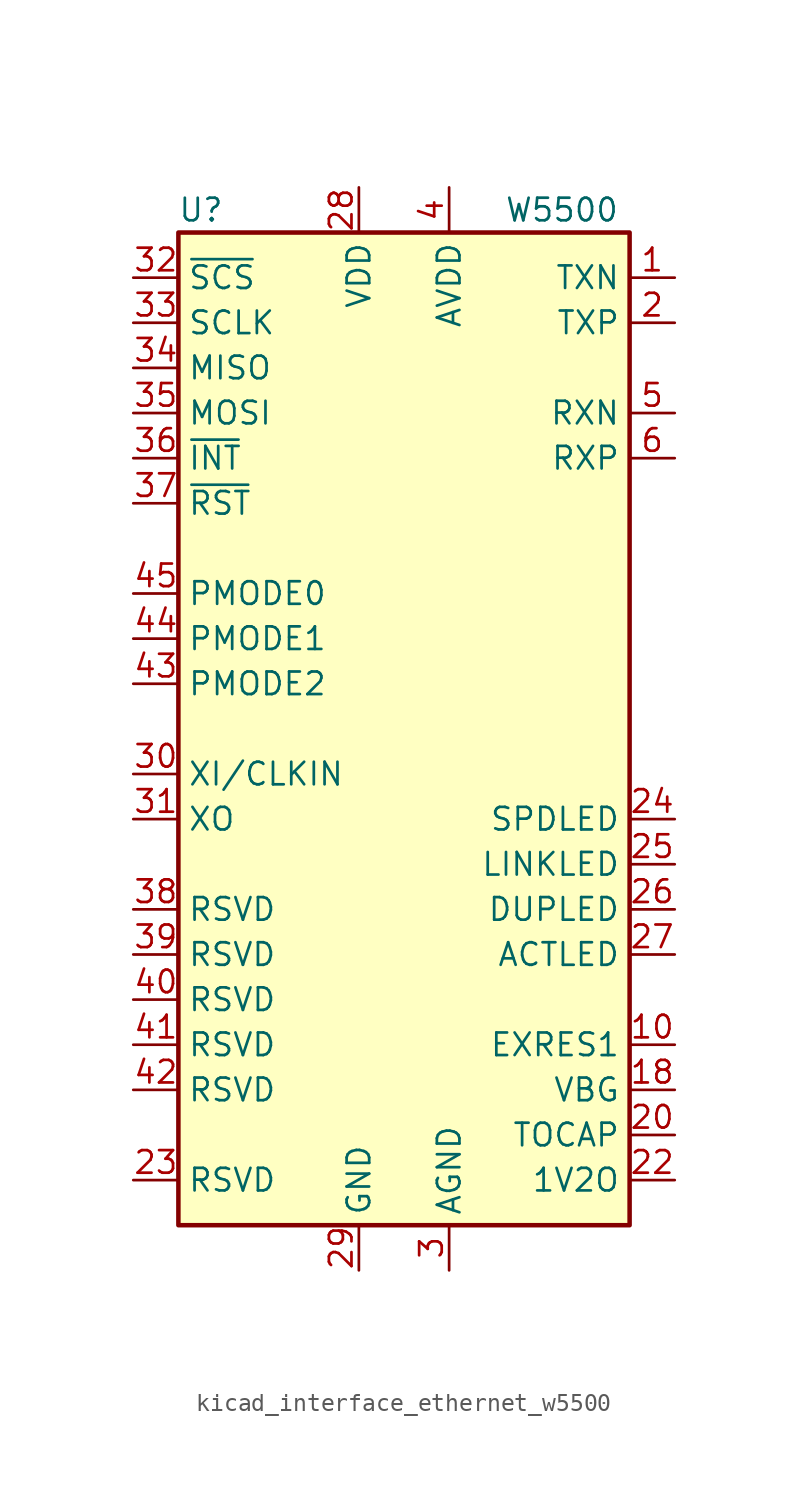
<source format=kicad_sym>
(kicad_symbol_lib
  (version 20220914)
  (generator kicad_symbol_editor)
  (symbol "kicad_interface_ethernet_w5500"
    (property "Reference" "U"
      (at -11.43 29.21 0)
      (effects (font (size 1.27 1.27))))
    (property "Value" "W5500"
      (at 8.89 29.21 0)
      (effects (font (size 1.27 1.27))))
    (symbol "kicad_interface_ethernet_w5500_0_1"
      (rectangle (start -12.7 27.94) (end 12.7 -27.94) (stroke (width 0.254) (type default)) (fill (type background))))
    (symbol "kicad_interface_ethernet_w5500_1_1"
      (pin output line (at 15.24 25.4 180) (length 2.54) (name "TXN" (effects (font (size 1.27 1.27)))) (number "1" (effects (font (size 1.27 1.27)))))
      (pin passive line (at 15.24 -17.78 180) (length 2.54) (name "EXRES1" (effects (font (size 1.27 1.27)))) (number "10" (effects (font (size 1.27 1.27)))))
      (pin passive line (at 2.54 30.48 270) (length 2.54) hide (name "AVDD" (effects (font (size 1.27 1.27)))) (number "11" (effects (font (size 1.27 1.27)))))
      (pin no_connect line (at 12.7 7.62 180) (length 2.54) hide (name "NC" (effects (font (size 1.27 1.27)))) (number "12" (effects (font (size 1.27 1.27)))))
      (pin no_connect line (at 12.7 5.08 180) (length 2.54) hide (name "NC" (effects (font (size 1.27 1.27)))) (number "13" (effects (font (size 1.27 1.27)))))
      (pin passive line (at 2.54 -30.48 90) (length 2.54) hide (name "AGND" (effects (font (size 1.27 1.27)))) (number "14" (effects (font (size 1.27 1.27)))))
      (pin passive line (at 2.54 30.48 270) (length 2.54) hide (name "AVDD" (effects (font (size 1.27 1.27)))) (number "15" (effects (font (size 1.27 1.27)))))
      (pin passive line (at 2.54 -30.48 90) (length 2.54) hide (name "AGND" (effects (font (size 1.27 1.27)))) (number "16" (effects (font (size 1.27 1.27)))))
      (pin passive line (at 2.54 30.48 270) (length 2.54) hide (name "AVDD" (effects (font (size 1.27 1.27)))) (number "17" (effects (font (size 1.27 1.27)))))
      (pin passive line (at 15.24 -20.32 180) (length 2.54) (name "VBG" (effects (font (size 1.27 1.27)))) (number "18" (effects (font (size 1.27 1.27)))))
      (pin passive line (at 2.54 -30.48 90) (length 2.54) hide (name "AGND" (effects (font (size 1.27 1.27)))) (number "19" (effects (font (size 1.27 1.27)))))
      (pin output line (at 15.24 22.86 180) (length 2.54) (name "TXP" (effects (font (size 1.27 1.27)))) (number "2" (effects (font (size 1.27 1.27)))))
      (pin passive line (at 15.24 -22.86 180) (length 2.54) (name "TOCAP" (effects (font (size 1.27 1.27)))) (number "20" (effects (font (size 1.27 1.27)))))
      (pin passive line (at 2.54 30.48 270) (length 2.54) hide (name "AVDD" (effects (font (size 1.27 1.27)))) (number "21" (effects (font (size 1.27 1.27)))))
      (pin output line (at 15.24 -25.4 180) (length 2.54) (name "1V2O" (effects (font (size 1.27 1.27)))) (number "22" (effects (font (size 1.27 1.27)))))
      (pin input line (at -15.24 -25.4 0) (length 2.54) (name "RSVD" (effects (font (size 1.27 1.27)))) (number "23" (effects (font (size 1.27 1.27)))))
      (pin output line (at 15.24 -5.08 180) (length 2.54) (name "SPDLED" (effects (font (size 1.27 1.27)))) (number "24" (effects (font (size 1.27 1.27)))))
      (pin output line (at 15.24 -7.62 180) (length 2.54) (name "LINKLED" (effects (font (size 1.27 1.27)))) (number "25" (effects (font (size 1.27 1.27)))))
      (pin output line (at 15.24 -10.16 180) (length 2.54) (name "DUPLED" (effects (font (size 1.27 1.27)))) (number "26" (effects (font (size 1.27 1.27)))))
      (pin output line (at 15.24 -12.7 180) (length 2.54) (name "ACTLED" (effects (font (size 1.27 1.27)))) (number "27" (effects (font (size 1.27 1.27)))))
      (pin power_in line (at -2.54 30.48 270) (length 2.54) (name "VDD" (effects (font (size 1.27 1.27)))) (number "28" (effects (font (size 1.27 1.27)))))
      (pin power_in line (at -2.54 -30.48 90) (length 2.54) (name "GND" (effects (font (size 1.27 1.27)))) (number "29" (effects (font (size 1.27 1.27)))))
      (pin power_in line (at 2.54 -30.48 90) (length 2.54) (name "AGND" (effects (font (size 1.27 1.27)))) (number "3" (effects (font (size 1.27 1.27)))))
      (pin input line (at -15.24 -2.54 0) (length 2.54) (name "XI/CLKIN" (effects (font (size 1.27 1.27)))) (number "30" (effects (font (size 1.27 1.27)))))
      (pin output line (at -15.24 -5.08 0) (length 2.54) (name "XO" (effects (font (size 1.27 1.27)))) (number "31" (effects (font (size 1.27 1.27)))))
      (pin input line (at -15.24 25.4 0) (length 2.54) (name "~{SCS}" (effects (font (size 1.27 1.27)))) (number "32" (effects (font (size 1.27 1.27)))))
      (pin input line (at -15.24 22.86 0) (length 2.54) (name "SCLK" (effects (font (size 1.27 1.27)))) (number "33" (effects (font (size 1.27 1.27)))))
      (pin output line (at -15.24 20.32 0) (length 2.54) (name "MISO" (effects (font (size 1.27 1.27)))) (number "34" (effects (font (size 1.27 1.27)))))
      (pin input line (at -15.24 17.78 0) (length 2.54) (name "MOSI" (effects (font (size 1.27 1.27)))) (number "35" (effects (font (size 1.27 1.27)))))
      (pin input line (at -15.24 15.24 0) (length 2.54) (name "~{INT}" (effects (font (size 1.27 1.27)))) (number "36" (effects (font (size 1.27 1.27)))))
      (pin input line (at -15.24 12.7 0) (length 2.54) (name "~{RST}" (effects (font (size 1.27 1.27)))) (number "37" (effects (font (size 1.27 1.27)))))
      (pin input line (at -15.24 -10.16 0) (length 2.54) (name "RSVD" (effects (font (size 1.27 1.27)))) (number "38" (effects (font (size 1.27 1.27)))))
      (pin input line (at -15.24 -12.7 0) (length 2.54) (name "RSVD" (effects (font (size 1.27 1.27)))) (number "39" (effects (font (size 1.27 1.27)))))
      (pin power_in line (at 2.54 30.48 270) (length 2.54) (name "AVDD" (effects (font (size 1.27 1.27)))) (number "4" (effects (font (size 1.27 1.27)))))
      (pin input line (at -15.24 -15.24 0) (length 2.54) (name "RSVD" (effects (font (size 1.27 1.27)))) (number "40" (effects (font (size 1.27 1.27)))))
      (pin input line (at -15.24 -17.78 0) (length 2.54) (name "RSVD" (effects (font (size 1.27 1.27)))) (number "41" (effects (font (size 1.27 1.27)))))
      (pin input line (at -15.24 -20.32 0) (length 2.54) (name "RSVD" (effects (font (size 1.27 1.27)))) (number "42" (effects (font (size 1.27 1.27)))))
      (pin input line (at -15.24 2.54 0) (length 2.54) (name "PMODE2" (effects (font (size 1.27 1.27)))) (number "43" (effects (font (size 1.27 1.27)))))
      (pin input line (at -15.24 5.08 0) (length 2.54) (name "PMODE1" (effects (font (size 1.27 1.27)))) (number "44" (effects (font (size 1.27 1.27)))))
      (pin input line (at -15.24 7.62 0) (length 2.54) (name "PMODE0" (effects (font (size 1.27 1.27)))) (number "45" (effects (font (size 1.27 1.27)))))
      (pin no_connect line (at 12.7 2.54 180) (length 2.54) hide (name "NC" (effects (font (size 1.27 1.27)))) (number "46" (effects (font (size 1.27 1.27)))))
      (pin no_connect line (at 12.7 0 180) (length 2.54) hide (name "NC" (effects (font (size 1.27 1.27)))) (number "47" (effects (font (size 1.27 1.27)))))
      (pin passive line (at 2.54 -30.48 90) (length 2.54) hide (name "AGND" (effects (font (size 1.27 1.27)))) (number "48" (effects (font (size 1.27 1.27)))))
      (pin input line (at 15.24 17.78 180) (length 2.54) (name "RXN" (effects (font (size 1.27 1.27)))) (number "5" (effects (font (size 1.27 1.27)))))
      (pin input line (at 15.24 15.24 180) (length 2.54) (name "RXP" (effects (font (size 1.27 1.27)))) (number "6" (effects (font (size 1.27 1.27)))))
      (pin no_connect line (at 12.7 10.16 180) (length 2.54) hide (name "DNC" (effects (font (size 1.27 1.27)))) (number "7" (effects (font (size 1.27 1.27)))))
      (pin passive line (at 2.54 30.48 270) (length 2.54) hide (name "AVDD" (effects (font (size 1.27 1.27)))) (number "8" (effects (font (size 1.27 1.27)))))
      (pin passive line (at 2.54 -30.48 90) (length 2.54) hide (name "AGND" (effects (font (size 1.27 1.27)))) (number "9" (effects (font (size 1.27 1.27))))))))
</source>
